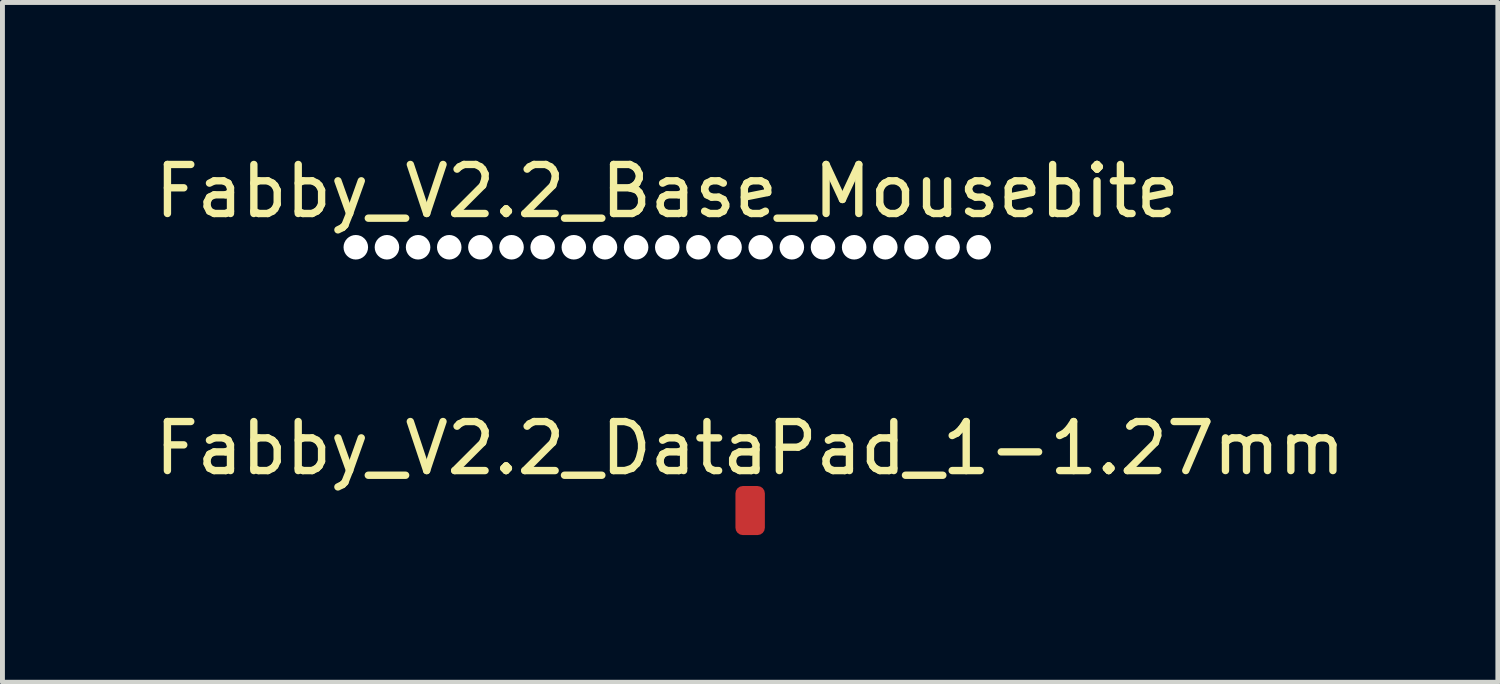
<source format=kicad_pcb>
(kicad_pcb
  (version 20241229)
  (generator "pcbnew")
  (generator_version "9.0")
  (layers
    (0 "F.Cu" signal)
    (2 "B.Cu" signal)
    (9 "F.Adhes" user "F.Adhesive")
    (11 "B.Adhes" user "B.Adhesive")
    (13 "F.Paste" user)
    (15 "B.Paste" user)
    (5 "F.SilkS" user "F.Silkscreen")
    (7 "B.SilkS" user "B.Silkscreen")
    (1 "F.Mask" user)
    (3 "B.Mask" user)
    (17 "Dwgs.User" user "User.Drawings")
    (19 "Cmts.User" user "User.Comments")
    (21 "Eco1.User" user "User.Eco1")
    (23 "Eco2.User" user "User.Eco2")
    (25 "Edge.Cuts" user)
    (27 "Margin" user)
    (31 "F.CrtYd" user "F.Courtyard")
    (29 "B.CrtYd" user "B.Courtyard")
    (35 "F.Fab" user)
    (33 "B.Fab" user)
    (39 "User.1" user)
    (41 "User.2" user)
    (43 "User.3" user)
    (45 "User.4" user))
  (footprint "Fabby_V2.2_Base_Mousebite"
    (layer "F.Cu")
    (at 10.554 1.991)
    (property "Reference" "Fabby_V2.2_Base_Mousebite" (at 0 -1.143 0) (layer "F.SilkS") (effects (font (size 1 1) (thickness 0.15))))
    (attr through_hole)
    (pad "" np_thru_hole circle (at -6.35 0) (size 0.5 0.5) (drill 0.5) (layers "*.Cu" "*.Mask"))
    (pad "" np_thru_hole circle (at -5.715 0) (size 0.5 0.5) (drill 0.5) (layers "*.Cu" "*.Mask"))
    (pad "" np_thru_hole circle (at -5.08 0) (size 0.5 0.5) (drill 0.5) (layers "*.Cu" "*.Mask"))
    (pad "" np_thru_hole circle (at -4.445 0) (size 0.5 0.5) (drill 0.5) (layers "*.Cu" "*.Mask"))
    (pad "" np_thru_hole circle (at -3.81 0) (size 0.5 0.5) (drill 0.5) (layers "*.Cu" "*.Mask"))
    (pad "" np_thru_hole circle (at -3.175 0) (size 0.5 0.5) (drill 0.5) (layers "*.Cu" "*.Mask"))
    (pad "" np_thru_hole circle (at -2.54 0) (size 0.5 0.5) (drill 0.5) (layers "*.Cu" "*.Mask"))
    (pad "" np_thru_hole circle (at -1.905 0) (size 0.5 0.5) (drill 0.5) (layers "*.Cu" "*.Mask"))
    (pad "" np_thru_hole circle (at -1.27 0) (size 0.5 0.5) (drill 0.5) (layers "*.Cu" "*.Mask"))
    (pad "" np_thru_hole circle (at -0.635 0) (size 0.5 0.5) (drill 0.5) (layers "*.Cu" "*.Mask"))
    (pad "" np_thru_hole circle (at 0 0) (size 0.5 0.5) (drill 0.5) (layers "*.Cu" "*.Mask"))
    (pad "" np_thru_hole circle (at 0.635 0) (size 0.5 0.5) (drill 0.5) (layers "*.Cu" "*.Mask"))
    (pad "" np_thru_hole circle (at 1.27 0) (size 0.5 0.5) (drill 0.5) (layers "*.Cu" "*.Mask"))
    (pad "" np_thru_hole circle (at 1.905 0) (size 0.5 0.5) (drill 0.5) (layers "*.Cu" "*.Mask"))
    (pad "" np_thru_hole circle (at 2.54 0) (size 0.5 0.5) (drill 0.5) (layers "*.Cu" "*.Mask"))
    (pad "" np_thru_hole circle (at 3.175 0) (size 0.5 0.5) (drill 0.5) (layers "*.Cu" "*.Mask"))
    (pad "" np_thru_hole circle (at 3.81 0) (size 0.5 0.5) (drill 0.5) (layers "*.Cu" "*.Mask"))
    (pad "" np_thru_hole circle (at 4.445 0) (size 0.5 0.5) (drill 0.5) (layers "*.Cu" "*.Mask"))
    (pad "" np_thru_hole circle (at 5.08 0) (size 0.5 0.5) (drill 0.5) (layers "*.Cu" "*.Mask"))
    (pad "" np_thru_hole circle (at 5.715 0) (size 0.5 0.5) (drill 0.5) (layers "*.Cu" "*.Mask"))
    (pad "" np_thru_hole circle (at 6.35 0) (size 0.5 0.5) (drill 0.5) (layers "*.Cu" "*.Mask")))
  (footprint "Fabby_V2.2_DataPad_1-1.27mm"
    (layer "F.Cu")
    (at 12.244 7.359)
    (property "Reference" "Fabby_V2.2_DataPad_1-1.27mm" (at 0 -1.27 0) (layer "F.SilkS") (effects (font (size 1 1) (thickness 0.15))))
    (attr through_hole)
    (pad "" smd roundrect (at 0 0) (size 0.6 1) (layers "F.Cu" "F.Mask" "F.Paste") (roundrect_rratio 0.25)))
  (gr_rect
    (start -3 -3)
    (end 27.488 10.86)
    (stroke (width 0.1) (type default))
    (fill no)
    (layer "Edge.Cuts")))
</source>
